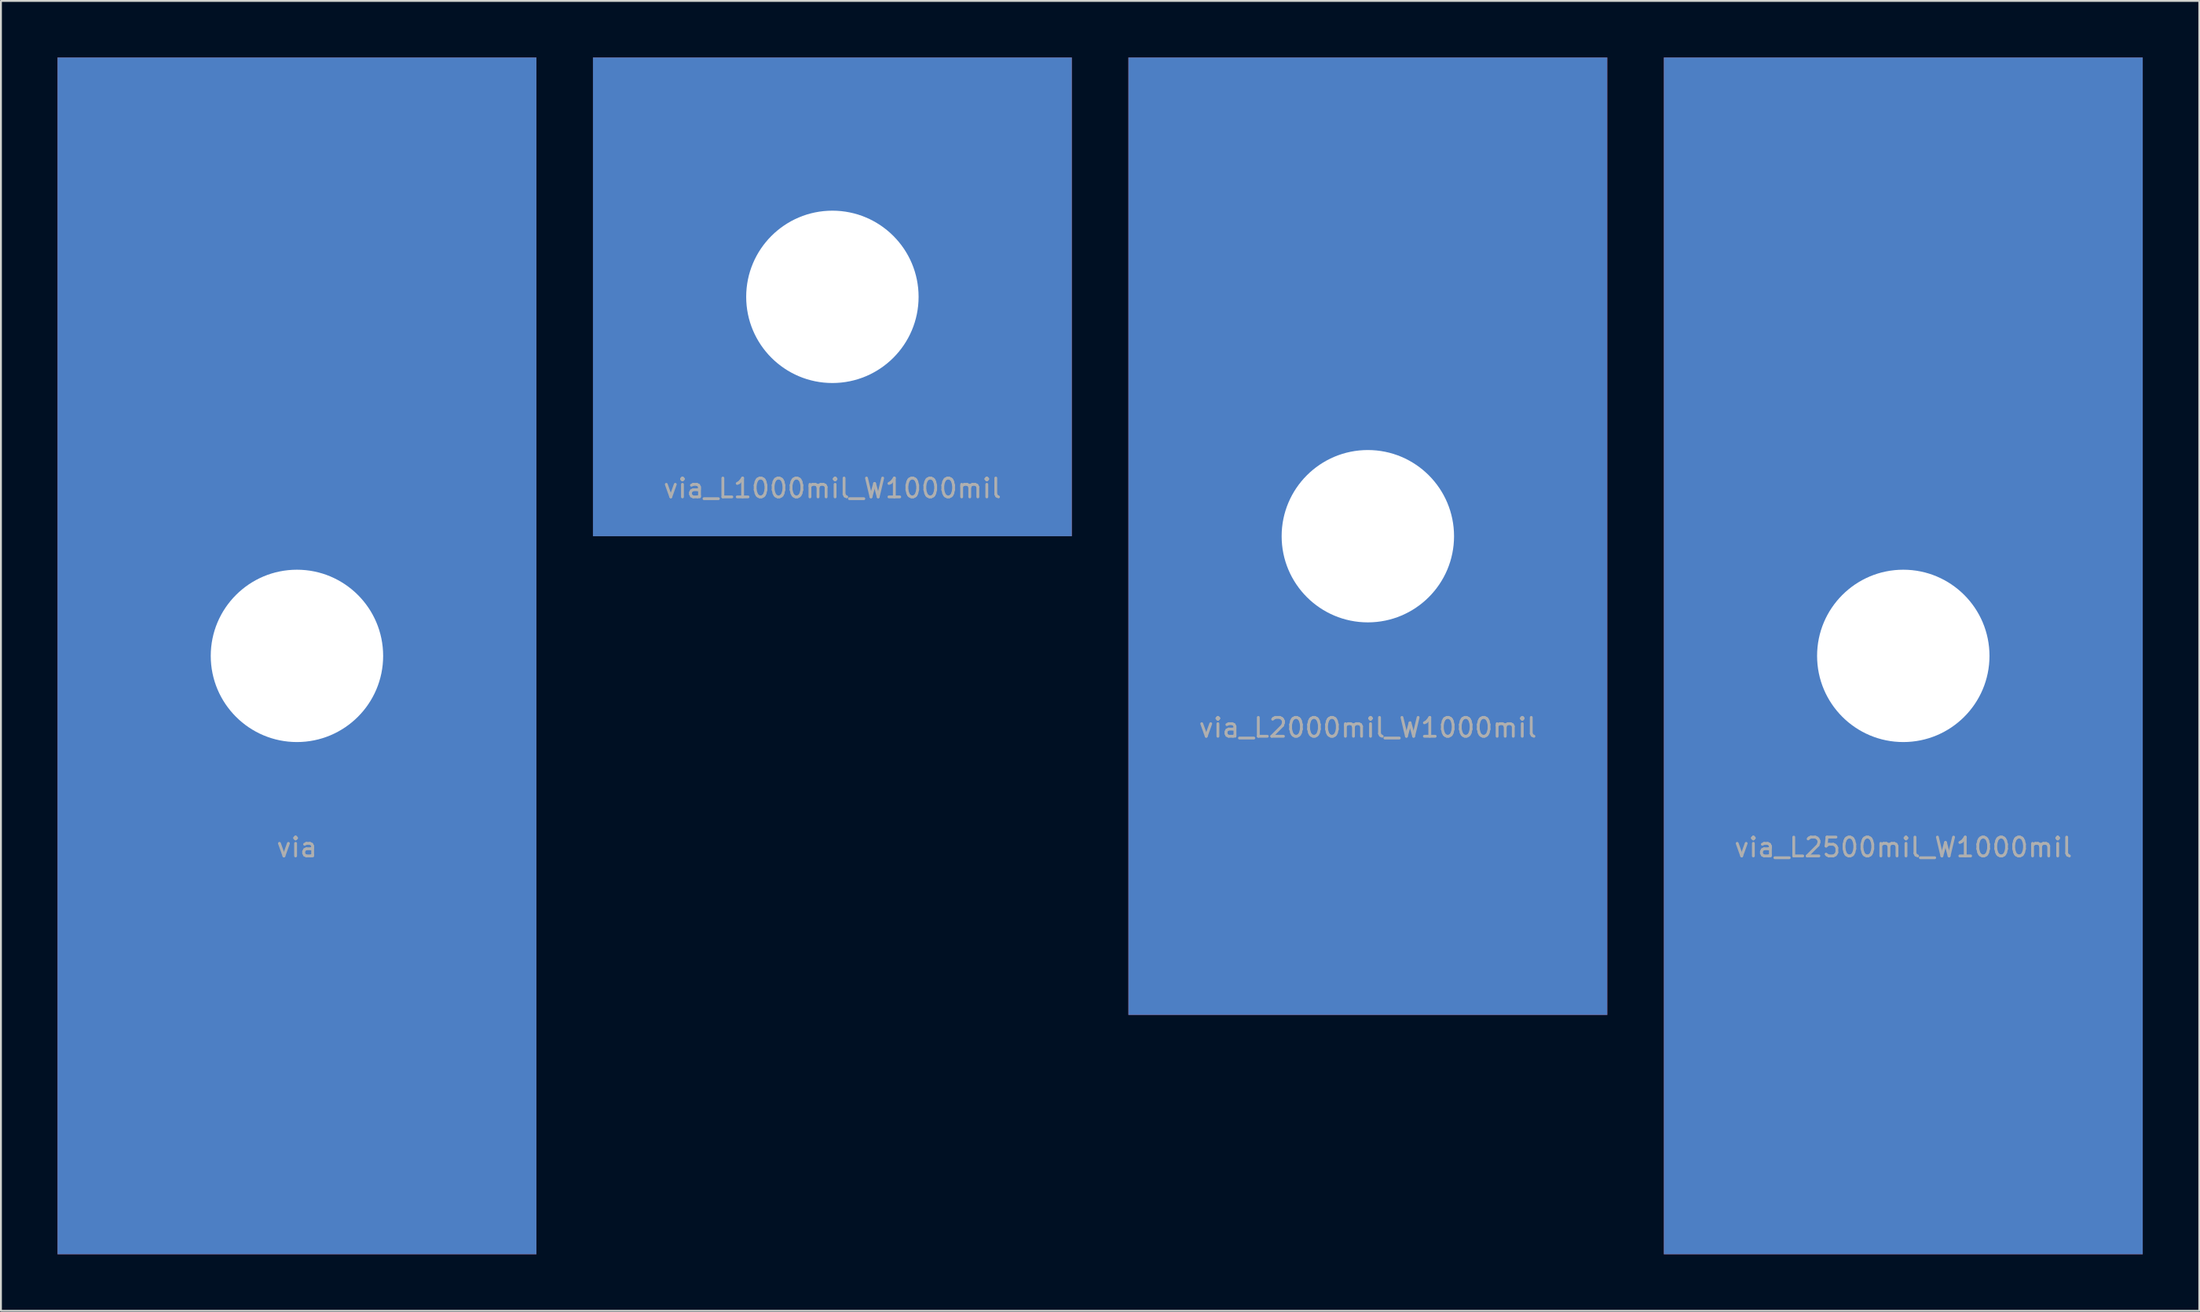
<source format=kicad_pcb>
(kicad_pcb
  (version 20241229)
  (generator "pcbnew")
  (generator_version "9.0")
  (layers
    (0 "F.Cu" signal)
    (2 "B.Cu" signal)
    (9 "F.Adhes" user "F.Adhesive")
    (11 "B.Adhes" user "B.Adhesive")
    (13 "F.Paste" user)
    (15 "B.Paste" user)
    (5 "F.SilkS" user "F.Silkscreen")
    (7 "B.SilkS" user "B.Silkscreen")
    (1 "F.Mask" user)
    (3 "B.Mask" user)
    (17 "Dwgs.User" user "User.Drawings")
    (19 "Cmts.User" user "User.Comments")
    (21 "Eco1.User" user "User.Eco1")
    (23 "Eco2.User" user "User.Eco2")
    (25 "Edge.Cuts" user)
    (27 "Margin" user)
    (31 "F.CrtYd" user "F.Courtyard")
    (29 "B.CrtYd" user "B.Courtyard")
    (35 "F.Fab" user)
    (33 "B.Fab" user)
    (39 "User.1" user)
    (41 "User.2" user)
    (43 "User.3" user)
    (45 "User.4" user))
  (footprint "via_L2500mil_W1000mil"
    (layer "F.Cu")
    (at 97.9 31.75)
    (property "Reference" "via_L2500mil_W1000mil" (at 0 10.16 0) (layer "F.Fab") (effects (font (size 1 1) (thickness 0.15))))
    (attr through_hole)
    (pad "1" thru_hole rect (at 0 0) (size 25.4 63.5) (drill 9.144) (layers "*.Cu" "*.Mask")))
  (footprint "via_L2000mil_W1000mil"
    (layer "F.Cu")
    (at 69.5 25.4)
    (property "Reference" "via_L2000mil_W1000mil" (at 0 10.16 0) (layer "F.Fab") (effects (font (size 1 1) (thickness 0.15))))
    (attr through_hole)
    (pad "1" thru_hole rect (at 0 0) (size 25.4 50.8) (drill 9.144) (layers "*.Cu" "*.Mask")))
  (footprint "via"
    (layer "F.Cu")
    (at 12.7 31.75)
    (property "Reference" "via" (at 0 10.16 0) (layer "F.Fab") (effects (font (size 1 1) (thickness 0.15))))
    (attr through_hole)
    (pad "1" thru_hole rect (at 0 0) (size 25.4 63.5) (drill 9.144) (layers "*.Cu" "*.Mask")))
  (footprint "via_L1000mil_W1000mil"
    (layer "F.Cu")
    (at 41.1 12.7)
    (property "Reference" "via_L1000mil_W1000mil" (at 0 10.16 0) (layer "F.Fab") (effects (font (size 1 1) (thickness 0.15))))
    (attr through_hole)
    (pad "1" thru_hole rect (at 0 0) (size 25.4 25.4) (drill 9.144) (layers "*.Cu" "*.Mask")))
  (gr_rect
    (start -3 -3)
    (end 113.6 66.5)
    (stroke (width 0.1) (type default))
    (fill no)
    (layer "Edge.Cuts")))
</source>
